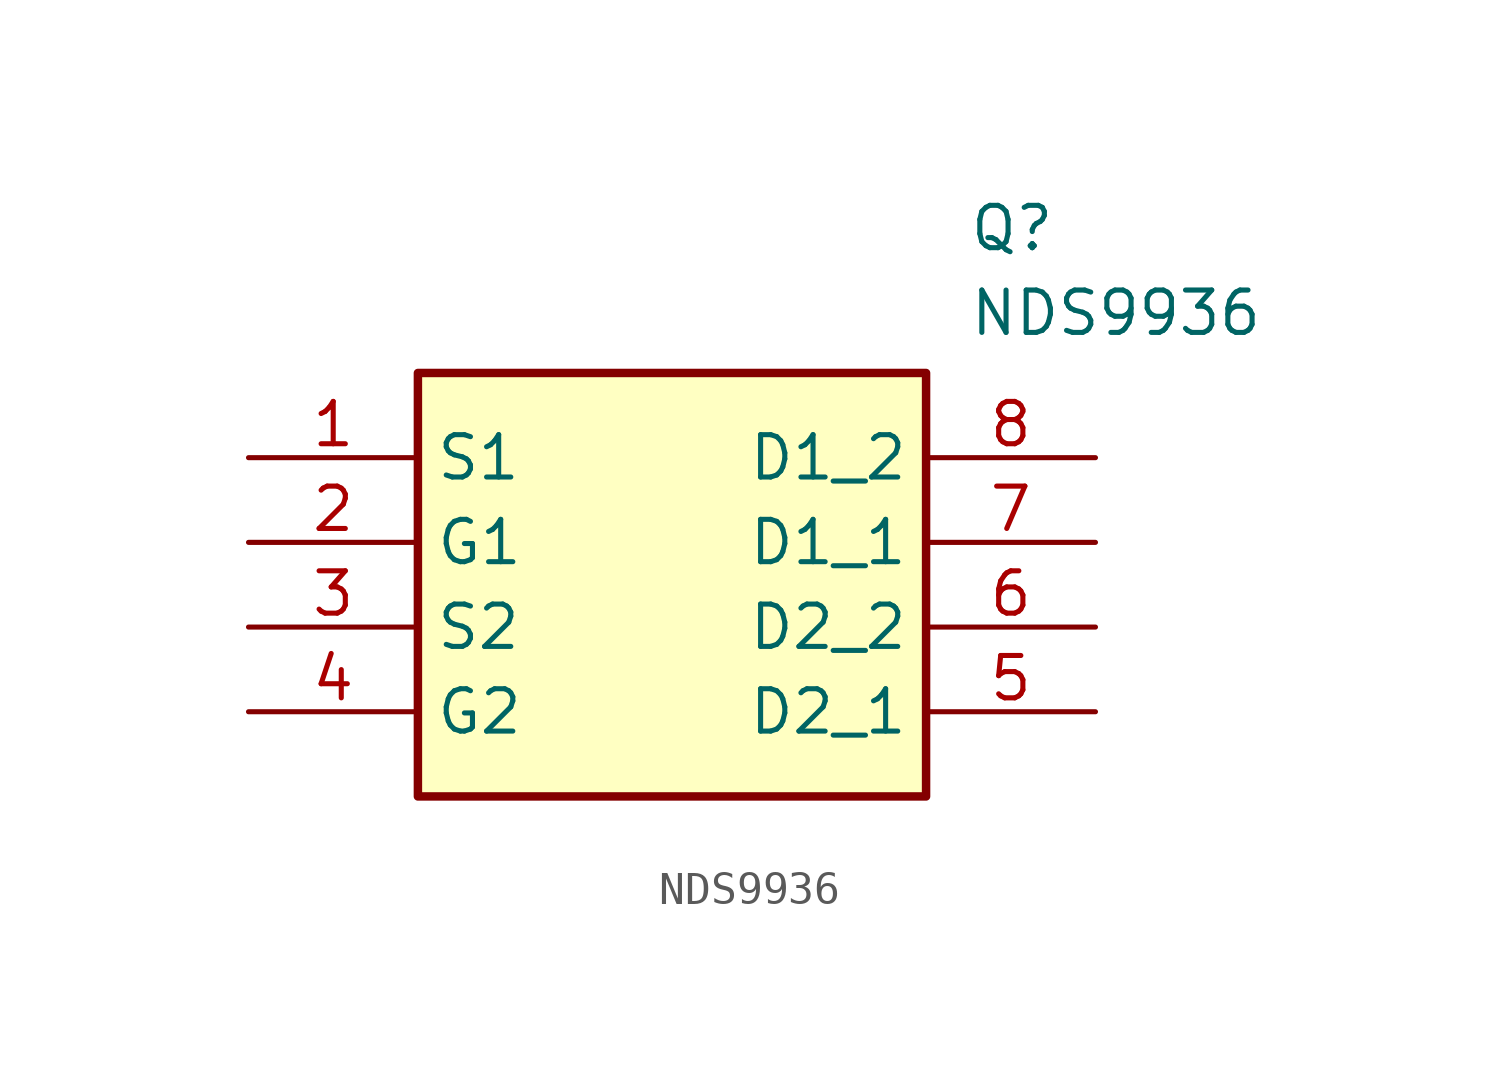
<source format=kicad_sym>
(kicad_symbol_lib
  (version 20211014)
  (generator SamacSys_ECAD_Model)
  (symbol "NDS9936"
    (property "Reference" "Q"
      (at 21.59 7.62 0)
      (effects (font (size 1.27 1.27)) (justify left top)))
    (property "Value" "NDS9936"
      (at 21.59 5.08 0)
      (effects (font (size 1.27 1.27)) (justify left top)))
    (rectangle
      (start 5.08 2.54)
      (end 20.32 -10.16)
      (stroke (width 0.254) (type default))
      (fill (type background)))
    (pin passive line
      (at 0 0 0)
      (length 5.08)
      (name "S1" (effects (font (size 1.27 1.27))))
      (number "1" (effects (font (size 1.27 1.27)))))
    (pin passive line
      (at 0 -2.54 0)
      (length 5.08)
      (name "G1" (effects (font (size 1.27 1.27))))
      (number "2" (effects (font (size 1.27 1.27)))))
    (pin passive line
      (at 0 -5.08 0)
      (length 5.08)
      (name "S2" (effects (font (size 1.27 1.27))))
      (number "3" (effects (font (size 1.27 1.27)))))
    (pin passive line
      (at 0 -7.62 0)
      (length 5.08)
      (name "G2" (effects (font (size 1.27 1.27))))
      (number "4" (effects (font (size 1.27 1.27)))))
    (pin passive line
      (at 25.4 0 180)
      (length 5.08)
      (name "D1_2" (effects (font (size 1.27 1.27))))
      (number "8" (effects (font (size 1.27 1.27)))))
    (pin passive line
      (at 25.4 -2.54 180)
      (length 5.08)
      (name "D1_1" (effects (font (size 1.27 1.27))))
      (number "7" (effects (font (size 1.27 1.27)))))
    (pin passive line
      (at 25.4 -5.08 180)
      (length 5.08)
      (name "D2_2" (effects (font (size 1.27 1.27))))
      (number "6" (effects (font (size 1.27 1.27)))))
    (pin passive line
      (at 25.4 -7.62 180)
      (length 5.08)
      (name "D2_1" (effects (font (size 1.27 1.27))))
      (number "5" (effects (font (size 1.27 1.27)))))))
</source>
